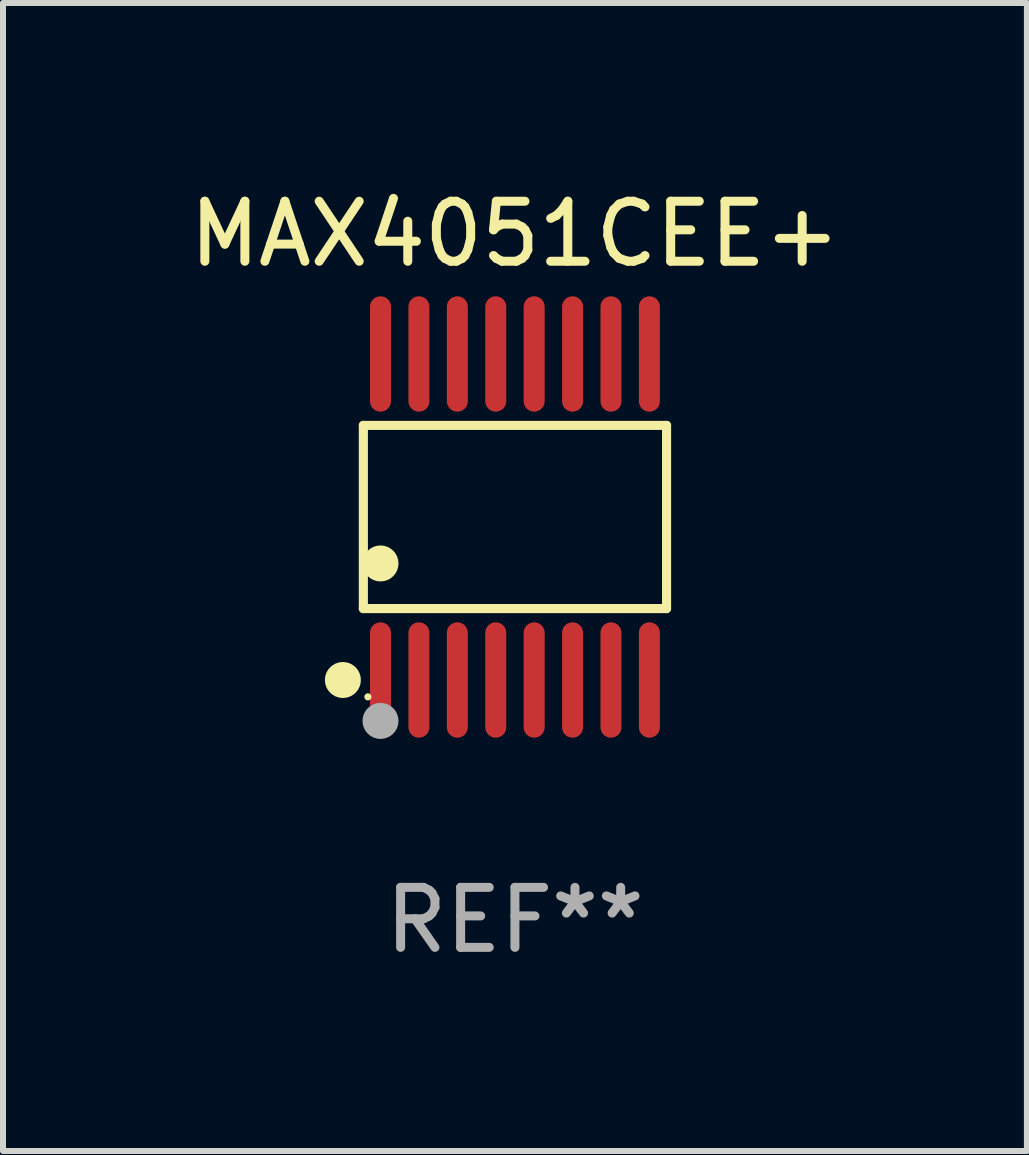
<source format=kicad_pcb>
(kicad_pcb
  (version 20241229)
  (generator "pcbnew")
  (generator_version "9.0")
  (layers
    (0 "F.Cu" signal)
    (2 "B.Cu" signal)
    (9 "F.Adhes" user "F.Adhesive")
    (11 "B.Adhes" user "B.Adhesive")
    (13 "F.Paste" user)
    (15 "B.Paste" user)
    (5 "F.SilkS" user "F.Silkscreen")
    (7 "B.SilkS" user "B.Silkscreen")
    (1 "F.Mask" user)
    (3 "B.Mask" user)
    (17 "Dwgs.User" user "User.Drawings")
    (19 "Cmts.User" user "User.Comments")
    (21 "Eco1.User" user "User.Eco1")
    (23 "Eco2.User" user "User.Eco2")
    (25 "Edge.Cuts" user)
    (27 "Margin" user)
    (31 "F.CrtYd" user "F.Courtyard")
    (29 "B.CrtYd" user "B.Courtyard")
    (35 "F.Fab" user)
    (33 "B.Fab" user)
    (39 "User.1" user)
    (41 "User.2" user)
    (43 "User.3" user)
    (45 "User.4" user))
  (footprint "MAX4051CEE+"
    (layer "F.Cu")
    (at 5.53 5.564)
    (property "Reference" "MAX4051CEE+" (at 0 -4.716 0) (layer "F.SilkS") (effects (font (size 1 1) (thickness 0.15))))
    (attr through_hole)
    (fp_line (start -2.526 -1.526) (end 2.526 -1.526) (stroke (width 0.152) (type solid)) (layer "F.SilkS"))
    (fp_line (start -2.526 1.526) (end -2.526 -1.526) (stroke (width 0.152) (type solid)) (layer "F.SilkS"))
    (fp_line (start 2.526 -1.526) (end 2.526 1.526) (stroke (width 0.152) (type solid)) (layer "F.SilkS"))
    (fp_line (start 2.526 1.526) (end -2.526 1.526) (stroke (width 0.152) (type solid)) (layer "F.SilkS"))
    (fp_circle (center -2.867 2.716) (end -2.717 2.716) (stroke (width 0.3) (type solid)) (fill no) (layer "F.SilkS"))
    (fp_circle (center -2.45 2.997) (end -2.42 2.997) (stroke (width 0.06) (type solid)) (fill no) (layer "F.SilkS"))
    (fp_circle (center -2.24 0.774) (end -2.09 0.774) (stroke (width 0.3) (type solid)) (fill no) (layer "F.SilkS"))
    (fp_circle (center -2.24 3.398) (end -2.09 3.398) (stroke (width 0.3) (type solid)) (fill no) (layer "F.Fab"))
    (fp_text user "REF**" (at 0 6.716 0) (layer "F.Fab") (effects (font (size 1 1) (thickness 0.15))))
    (pad "1" smd oval (at -2.24 2.716) (size 0.35 1.922) (layers "F.Cu" "F.Mask" "F.Paste"))
    (pad "2" smd oval (at -1.6 2.716) (size 0.35 1.922) (layers "F.Cu" "F.Mask" "F.Paste"))
    (pad "3" smd oval (at -0.96 2.716) (size 0.35 1.922) (layers "F.Cu" "F.Mask" "F.Paste"))
    (pad "4" smd oval (at -0.32 2.716) (size 0.35 1.922) (layers "F.Cu" "F.Mask" "F.Paste"))
    (pad "5" smd oval (at 0.32 2.716) (size 0.35 1.922) (layers "F.Cu" "F.Mask" "F.Paste"))
    (pad "6" smd oval (at 0.96 2.716) (size 0.35 1.922) (layers "F.Cu" "F.Mask" "F.Paste"))
    (pad "7" smd oval (at 1.6 2.716) (size 0.35 1.922) (layers "F.Cu" "F.Mask" "F.Paste"))
    (pad "8" smd oval (at 2.24 2.716) (size 0.35 1.922) (layers "F.Cu" "F.Mask" "F.Paste"))
    (pad "9" smd oval (at 2.24 -2.716) (size 0.35 1.922) (layers "F.Cu" "F.Mask" "F.Paste"))
    (pad "10" smd oval (at 1.6 -2.716) (size 0.35 1.922) (layers "F.Cu" "F.Mask" "F.Paste"))
    (pad "11" smd oval (at 0.96 -2.716) (size 0.35 1.922) (layers "F.Cu" "F.Mask" "F.Paste"))
    (pad "12" smd oval (at 0.32 -2.716) (size 0.35 1.922) (layers "F.Cu" "F.Mask" "F.Paste"))
    (pad "13" smd oval (at -0.32 -2.716) (size 0.35 1.922) (layers "F.Cu" "F.Mask" "F.Paste"))
    (pad "14" smd oval (at -0.96 -2.716) (size 0.35 1.922) (layers "F.Cu" "F.Mask" "F.Paste"))
    (pad "15" smd oval (at -1.6 -2.716) (size 0.35 1.922) (layers "F.Cu" "F.Mask" "F.Paste"))
    (pad "16" smd oval (at -2.24 -2.716) (size 0.35 1.922) (layers "F.Cu" "F.Mask" "F.Paste")))
  (gr_rect
    (start -3 -3)
    (end 14.06 16.128)
    (stroke (width 0.1) (type default))
    (fill no)
    (layer "Edge.Cuts")))
</source>
